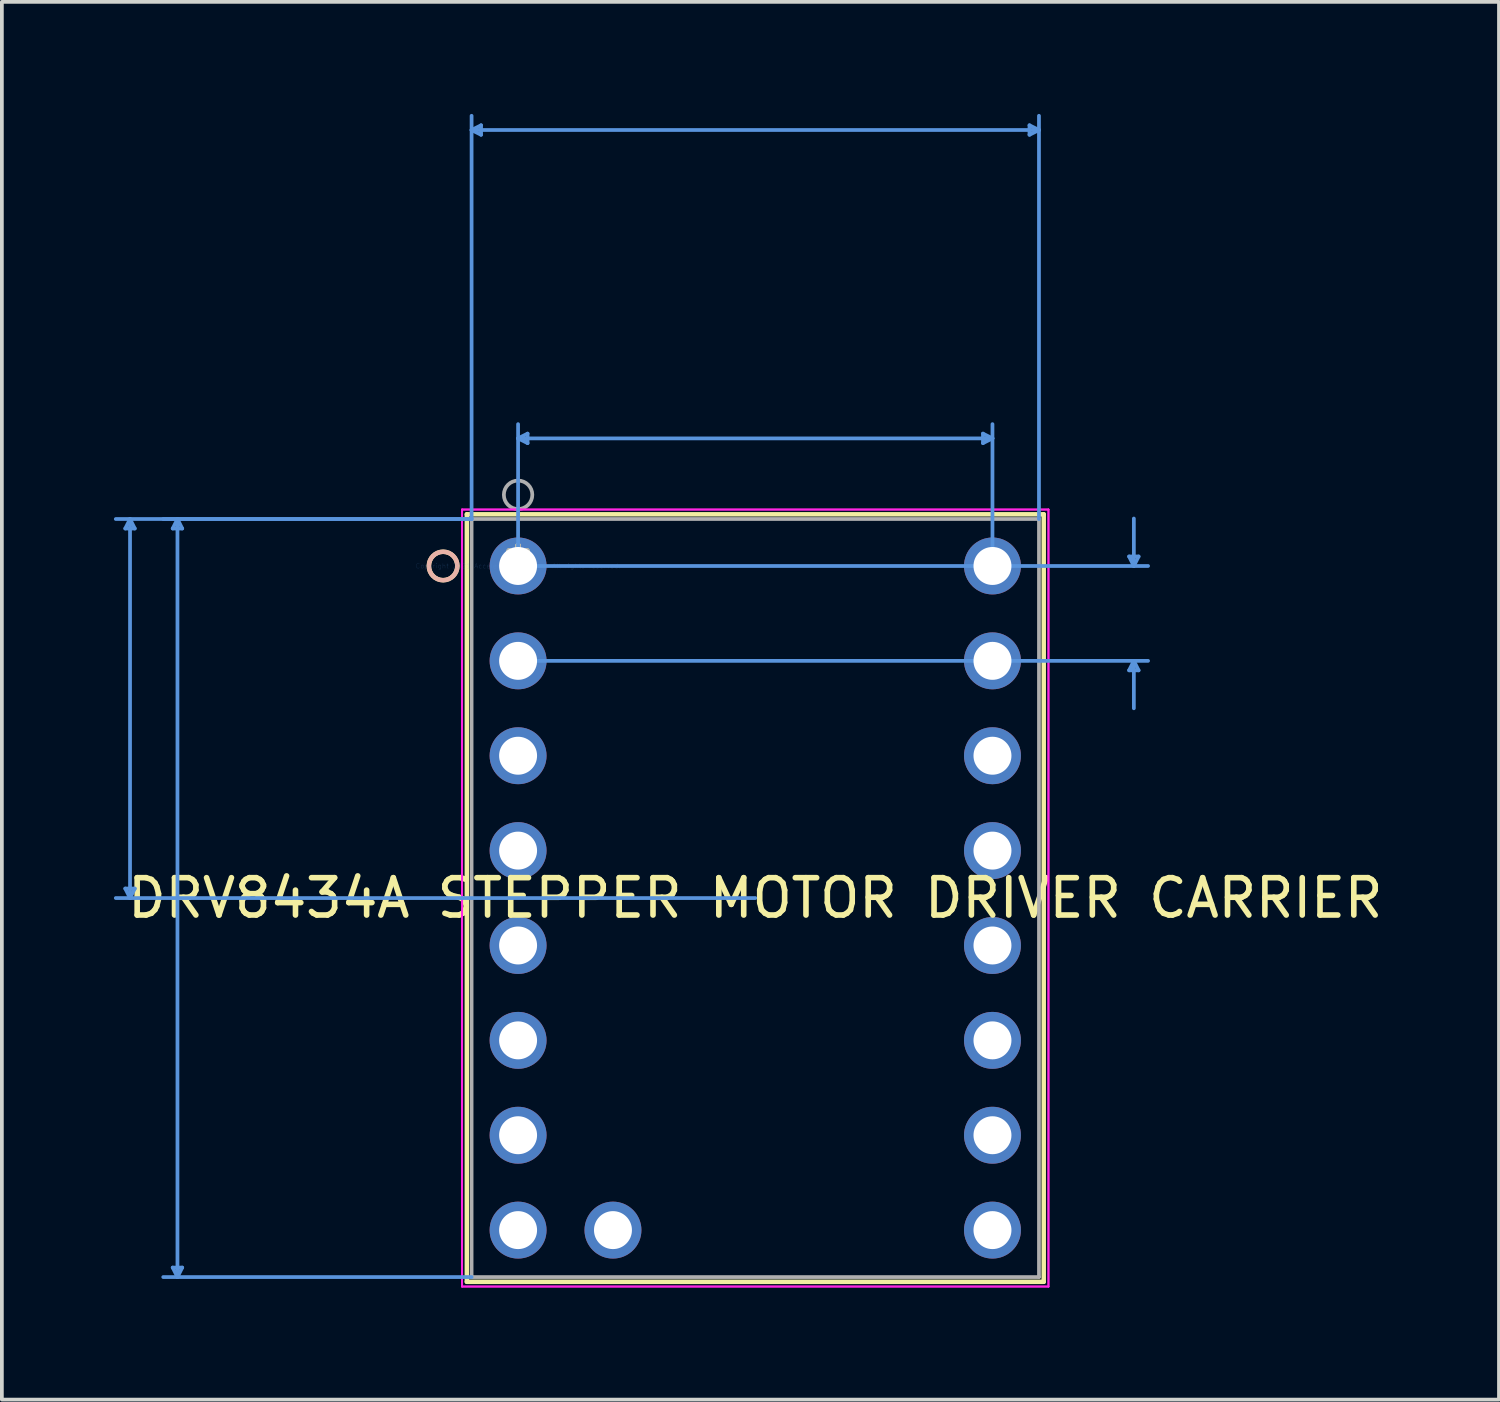
<source format=kicad_pcb>
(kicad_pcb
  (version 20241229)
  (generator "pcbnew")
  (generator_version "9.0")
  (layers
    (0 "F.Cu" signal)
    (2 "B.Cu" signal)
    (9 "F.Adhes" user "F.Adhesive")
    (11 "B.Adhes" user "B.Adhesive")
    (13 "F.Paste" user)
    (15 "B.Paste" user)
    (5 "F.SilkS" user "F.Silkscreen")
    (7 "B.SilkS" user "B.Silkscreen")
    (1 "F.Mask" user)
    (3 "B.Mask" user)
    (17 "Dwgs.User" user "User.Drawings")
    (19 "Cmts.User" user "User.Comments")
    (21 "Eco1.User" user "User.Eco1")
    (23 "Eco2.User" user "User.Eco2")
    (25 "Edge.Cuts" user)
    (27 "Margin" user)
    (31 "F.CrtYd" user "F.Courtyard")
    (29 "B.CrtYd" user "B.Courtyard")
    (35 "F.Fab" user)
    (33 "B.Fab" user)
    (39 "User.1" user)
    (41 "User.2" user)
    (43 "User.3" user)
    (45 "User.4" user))
  (footprint "DRV8434A STEPPER MOTOR DRIVER CARRIER"
    (layer "F.Cu")
    (at 10.82 12.102)
    (property "Reference" "DRV8434A STEPPER MOTOR DRIVER CARRIER" (at 6.35 8.89 0) (layer "F.SilkS") (effects (font (size 1 1) (thickness 0.15))))
    (attr through_hole)
    (fp_line (start -1.372 -1.384) (end -1.372 19.164) (stroke (width 0.12) (type solid)) (layer "F.SilkS"))
    (fp_line (start -1.372 19.164) (end 14.072 19.164) (stroke (width 0.12) (type solid)) (layer "F.SilkS"))
    (fp_line (start 14.072 -1.384) (end -1.372 -1.384) (stroke (width 0.12) (type solid)) (layer "F.SilkS"))
    (fp_line (start 14.072 19.164) (end 14.072 -1.384) (stroke (width 0.12) (type solid)) (layer "F.SilkS"))
    (fp_circle (center -2.007 0) (end -1.626 0) (stroke (width 0.12) (type solid)) (fill no) (layer "F.SilkS"))
    (fp_circle (center -2.007 0) (end -1.626 0) (stroke (width 0.12) (type solid)) (fill no) (layer "B.SilkS"))
    (fp_line (start -10.516 -1.003) (end -10.262 -1.003) (stroke (width 0.1) (type solid)) (layer "Cmts.User"))
    (fp_line (start -10.516 8.636) (end -10.262 8.636) (stroke (width 0.1) (type solid)) (layer "Cmts.User"))
    (fp_line (start -10.389 -1.257) (end -10.516 -1.003) (stroke (width 0.1) (type solid)) (layer "Cmts.User"))
    (fp_line (start -10.389 -1.257) (end -10.389 8.89) (stroke (width 0.1) (type solid)) (layer "Cmts.User"))
    (fp_line (start -10.389 -1.257) (end -10.262 -1.003) (stroke (width 0.1) (type solid)) (layer "Cmts.User"))
    (fp_line (start -10.389 8.89) (end -10.516 8.636) (stroke (width 0.1) (type solid)) (layer "Cmts.User"))
    (fp_line (start -10.389 8.89) (end -10.262 8.636) (stroke (width 0.1) (type solid)) (layer "Cmts.User"))
    (fp_line (start -9.246 -1.003) (end -8.992 -1.003) (stroke (width 0.1) (type solid)) (layer "Cmts.User"))
    (fp_line (start -9.246 18.783) (end -8.992 18.783) (stroke (width 0.1) (type solid)) (layer "Cmts.User"))
    (fp_line (start -9.119 -1.257) (end -9.246 -1.003) (stroke (width 0.1) (type solid)) (layer "Cmts.User"))
    (fp_line (start -9.119 -1.257) (end -9.119 19.037) (stroke (width 0.1) (type solid)) (layer "Cmts.User"))
    (fp_line (start -9.119 -1.257) (end -8.992 -1.003) (stroke (width 0.1) (type solid)) (layer "Cmts.User"))
    (fp_line (start -9.119 19.037) (end -9.246 18.783) (stroke (width 0.1) (type solid)) (layer "Cmts.User"))
    (fp_line (start -9.119 19.037) (end -8.992 18.783) (stroke (width 0.1) (type solid)) (layer "Cmts.User"))
    (fp_line (start -1.245 -11.671) (end -0.991 -11.798) (stroke (width 0.1) (type solid)) (layer "Cmts.User"))
    (fp_line (start -1.245 -11.671) (end -0.991 -11.544) (stroke (width 0.1) (type solid)) (layer "Cmts.User"))
    (fp_line (start -1.245 -11.671) (end 13.945 -11.671) (stroke (width 0.1) (type solid)) (layer "Cmts.User"))
    (fp_line (start -1.245 -1.257) (end -10.77 -1.257) (stroke (width 0.1) (type solid)) (layer "Cmts.User"))
    (fp_line (start -1.245 -1.257) (end -9.5 -1.257) (stroke (width 0.1) (type solid)) (layer "Cmts.User"))
    (fp_line (start -1.245 -1.257) (end -1.245 -12.052) (stroke (width 0.1) (type solid)) (layer "Cmts.User"))
    (fp_line (start -1.245 19.037) (end -9.5 19.037) (stroke (width 0.1) (type solid)) (layer "Cmts.User"))
    (fp_line (start -0.991 -11.798) (end -0.991 -11.544) (stroke (width 0.1) (type solid)) (layer "Cmts.User"))
    (fp_line (start 0 -3.416) (end 0.254 -3.543) (stroke (width 0.1) (type solid)) (layer "Cmts.User"))
    (fp_line (start 0 -3.416) (end 0.254 -3.289) (stroke (width 0.1) (type solid)) (layer "Cmts.User"))
    (fp_line (start 0 -3.416) (end 12.7 -3.416) (stroke (width 0.1) (type solid)) (layer "Cmts.User"))
    (fp_line (start 0 0) (end 0 -3.797) (stroke (width 0.1) (type solid)) (layer "Cmts.User"))
    (fp_line (start 0 0) (end 16.866 0) (stroke (width 0.1) (type solid)) (layer "Cmts.User"))
    (fp_line (start 0 2.54) (end 16.866 2.54) (stroke (width 0.1) (type solid)) (layer "Cmts.User"))
    (fp_line (start 0.254 -3.543) (end 0.254 -3.289) (stroke (width 0.1) (type solid)) (layer "Cmts.User"))
    (fp_line (start 6.35 8.89) (end -10.77 8.89) (stroke (width 0.1) (type solid)) (layer "Cmts.User"))
    (fp_line (start 12.446 -3.543) (end 12.446 -3.289) (stroke (width 0.1) (type solid)) (layer "Cmts.User"))
    (fp_line (start 12.7 -3.416) (end 12.446 -3.543) (stroke (width 0.1) (type solid)) (layer "Cmts.User"))
    (fp_line (start 12.7 -3.416) (end 12.446 -3.289) (stroke (width 0.1) (type solid)) (layer "Cmts.User"))
    (fp_line (start 12.7 0) (end 12.7 -3.797) (stroke (width 0.1) (type solid)) (layer "Cmts.User"))
    (fp_line (start 13.691 -11.798) (end 13.691 -11.544) (stroke (width 0.1) (type solid)) (layer "Cmts.User"))
    (fp_line (start 13.945 -11.671) (end 13.691 -11.798) (stroke (width 0.1) (type solid)) (layer "Cmts.User"))
    (fp_line (start 13.945 -11.671) (end 13.691 -11.544) (stroke (width 0.1) (type solid)) (layer "Cmts.User"))
    (fp_line (start 13.945 -1.257) (end 13.945 -12.052) (stroke (width 0.1) (type solid)) (layer "Cmts.User"))
    (fp_line (start 16.358 -0.254) (end 16.612 -0.254) (stroke (width 0.1) (type solid)) (layer "Cmts.User"))
    (fp_line (start 16.358 2.794) (end 16.612 2.794) (stroke (width 0.1) (type solid)) (layer "Cmts.User"))
    (fp_line (start 16.485 0) (end 16.358 -0.254) (stroke (width 0.1) (type solid)) (layer "Cmts.User"))
    (fp_line (start 16.485 0) (end 16.485 -1.27) (stroke (width 0.1) (type solid)) (layer "Cmts.User"))
    (fp_line (start 16.485 0) (end 16.612 -0.254) (stroke (width 0.1) (type solid)) (layer "Cmts.User"))
    (fp_line (start 16.485 2.54) (end 16.358 2.794) (stroke (width 0.1) (type solid)) (layer "Cmts.User"))
    (fp_line (start 16.485 2.54) (end 16.485 3.81) (stroke (width 0.1) (type solid)) (layer "Cmts.User"))
    (fp_line (start 16.485 2.54) (end 16.612 2.794) (stroke (width 0.1) (type solid)) (layer "Cmts.User"))
    (fp_line (start -1.499 -1.511) (end -1.499 19.291) (stroke (width 0.05) (type solid)) (layer "F.CrtYd"))
    (fp_line (start -1.499 -1.511) (end -1.499 19.291) (stroke (width 0.05) (type solid)) (layer "F.CrtYd"))
    (fp_line (start -1.499 19.291) (end 14.199 19.291) (stroke (width 0.05) (type solid)) (layer "F.CrtYd"))
    (fp_line (start -1.499 19.291) (end 14.199 19.291) (stroke (width 0.05) (type solid)) (layer "F.CrtYd"))
    (fp_line (start 14.199 -1.511) (end -1.499 -1.511) (stroke (width 0.05) (type solid)) (layer "F.CrtYd"))
    (fp_line (start 14.199 -1.511) (end -1.499 -1.511) (stroke (width 0.05) (type solid)) (layer "F.CrtYd"))
    (fp_line (start 14.199 19.291) (end 14.199 -1.511) (stroke (width 0.05) (type solid)) (layer "F.CrtYd"))
    (fp_line (start 14.199 19.291) (end 14.199 -1.511) (stroke (width 0.05) (type solid)) (layer "F.CrtYd"))
    (fp_line (start -1.245 -1.257) (end -1.245 19.037) (stroke (width 0.1) (type solid)) (layer "F.Fab"))
    (fp_line (start -1.245 19.037) (end 13.945 19.037) (stroke (width 0.1) (type solid)) (layer "F.Fab"))
    (fp_line (start 13.945 -1.257) (end -1.245 -1.257) (stroke (width 0.1) (type solid)) (layer "F.Fab"))
    (fp_line (start 13.945 19.037) (end 13.945 -1.257) (stroke (width 0.1) (type solid)) (layer "F.Fab"))
    (fp_circle (center 0 -1.905) (end 0.381 -1.905) (stroke (width 0.1) (type solid)) (fill no) (layer "F.Fab"))
    (fp_text user "*" (at 0 0 0) (layer "F.SilkS") (effects (font (size 1 1) (thickness 0.15))))
    (fp_text user "Copyright 2021 Accelerated Designs. All rights reserved." (at 0 0 0) (layer "Cmts.User") (effects (font (size 0.127 0.127) (thickness 0.002))))
    (fp_text user "*" (at 0 0 0) (layer "F.Fab") (effects (font (size 1 1) (thickness 0.15))))
    (pad "1" thru_hole circle (at 0 0) (size 1.524 1.524) (drill 1.016) (layers "*.Cu" "*.Mask"))
    (pad "2" thru_hole circle (at 0 2.54) (size 1.524 1.524) (drill 1.016) (layers "*.Cu" "*.Mask"))
    (pad "3" thru_hole circle (at 0 5.08) (size 1.524 1.524) (drill 1.016) (layers "*.Cu" "*.Mask"))
    (pad "4" thru_hole circle (at 0 7.62) (size 1.524 1.524) (drill 1.016) (layers "*.Cu" "*.Mask"))
    (pad "5" thru_hole circle (at 0 10.16) (size 1.524 1.524) (drill 1.016) (layers "*.Cu" "*.Mask"))
    (pad "6" thru_hole circle (at 0 12.7) (size 1.524 1.524) (drill 1.016) (layers "*.Cu" "*.Mask"))
    (pad "7" thru_hole circle (at 0 15.24) (size 1.524 1.524) (drill 1.016) (layers "*.Cu" "*.Mask"))
    (pad "8" thru_hole circle (at 0 17.78) (size 1.524 1.524) (drill 1.016) (layers "*.Cu" "*.Mask"))
    (pad "9" thru_hole circle (at 2.54 17.78) (size 1.524 1.524) (drill 1.016) (layers "*.Cu" "*.Mask"))
    (pad "10" thru_hole circle (at 12.7 17.78) (size 1.524 1.524) (drill 1.016) (layers "*.Cu" "*.Mask"))
    (pad "11" thru_hole circle (at 12.7 15.24) (size 1.524 1.524) (drill 1.016) (layers "*.Cu" "*.Mask"))
    (pad "12" thru_hole circle (at 12.7 12.7) (size 1.524 1.524) (drill 1.016) (layers "*.Cu" "*.Mask"))
    (pad "13" thru_hole circle (at 12.7 10.16) (size 1.524 1.524) (drill 1.016) (layers "*.Cu" "*.Mask"))
    (pad "14" thru_hole circle (at 12.7 7.62) (size 1.524 1.524) (drill 1.016) (layers "*.Cu" "*.Mask"))
    (pad "15" thru_hole circle (at 12.7 5.08) (size 1.524 1.524) (drill 1.016) (layers "*.Cu" "*.Mask"))
    (pad "16" thru_hole circle (at 12.7 2.54) (size 1.524 1.524) (drill 1.016) (layers "*.Cu" "*.Mask"))
    (pad "17" thru_hole circle (at 12.7 0) (size 1.524 1.524) (drill 1.016) (layers "*.Cu" "*.Mask")))
  (gr_rect
    (start -3 -3)
    (end 37.08 34.419)
    (stroke (width 0.1) (type default))
    (fill no)
    (layer "Edge.Cuts")))
</source>
